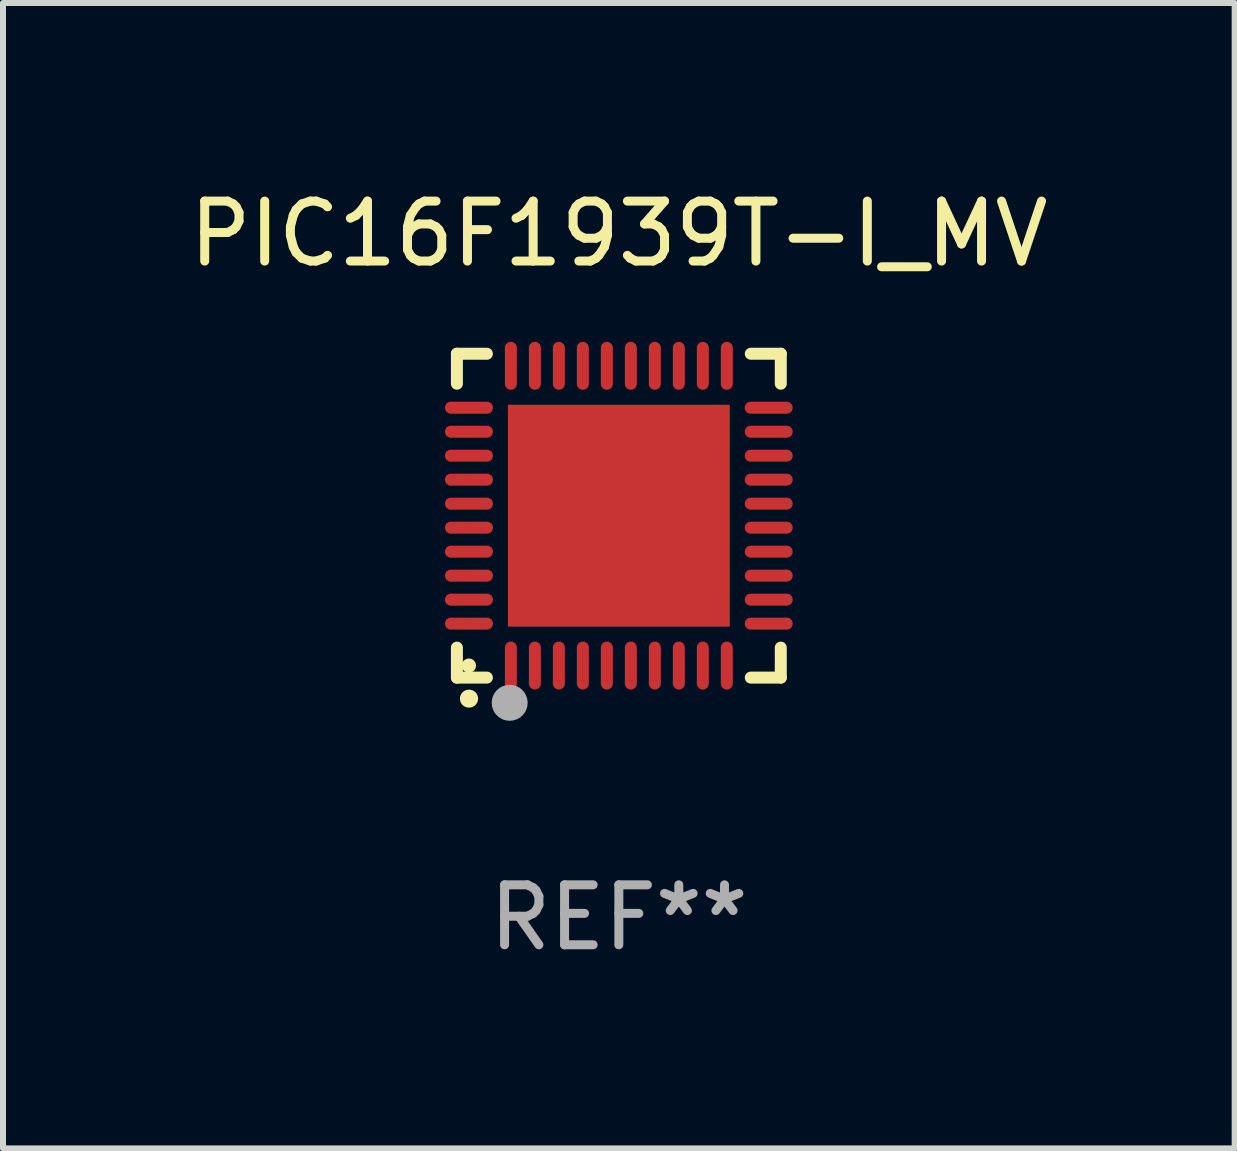
<source format=kicad_pcb>
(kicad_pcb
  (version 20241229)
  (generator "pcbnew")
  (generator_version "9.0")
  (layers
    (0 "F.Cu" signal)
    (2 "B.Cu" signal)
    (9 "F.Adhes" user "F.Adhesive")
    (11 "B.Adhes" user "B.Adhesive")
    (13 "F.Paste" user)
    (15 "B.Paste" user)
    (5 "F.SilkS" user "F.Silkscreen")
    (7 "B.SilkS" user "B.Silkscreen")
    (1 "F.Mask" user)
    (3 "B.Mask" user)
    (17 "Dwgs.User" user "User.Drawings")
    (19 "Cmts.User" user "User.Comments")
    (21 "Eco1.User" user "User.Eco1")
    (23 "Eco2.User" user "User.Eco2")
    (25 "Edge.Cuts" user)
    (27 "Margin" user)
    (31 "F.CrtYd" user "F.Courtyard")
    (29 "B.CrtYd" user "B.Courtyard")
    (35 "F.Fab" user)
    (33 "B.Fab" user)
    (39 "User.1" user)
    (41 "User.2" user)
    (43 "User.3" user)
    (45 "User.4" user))
  (footprint "PIC16F1939T-I_MV"
    (layer "F.Cu")
    (at 7.268 5.548)
    (property "Reference" "PIC16F1939T-I_MV" (at 0 -4.7 0) (layer "F.SilkS") (effects (font (size 1 1) (thickness 0.15))))
    (attr through_hole)
    (fp_line (start -2.7 -2.7) (end -2.7 -2.2) (stroke (width 0.2) (type solid)) (layer "F.SilkS"))
    (fp_line (start -2.7 2.7) (end -2.7 2.2) (stroke (width 0.2) (type solid)) (layer "F.SilkS"))
    (fp_line (start -2.2 -2.7) (end -2.7 -2.7) (stroke (width 0.2) (type solid)) (layer "F.SilkS"))
    (fp_line (start -2.2 2.7) (end -2.7 2.7) (stroke (width 0.2) (type solid)) (layer "F.SilkS"))
    (fp_line (start 2.7 -2.7) (end 2.2 -2.7) (stroke (width 0.2) (type solid)) (layer "F.SilkS"))
    (fp_line (start 2.7 -2.2) (end 2.7 -2.7) (stroke (width 0.2) (type solid)) (layer "F.SilkS"))
    (fp_line (start 2.7 2.2) (end 2.7 2.7) (stroke (width 0.2) (type solid)) (layer "F.SilkS"))
    (fp_line (start 2.7 2.7) (end 2.2 2.7) (stroke (width 0.2) (type solid)) (layer "F.SilkS"))
    (fp_arc (start -2.499365 3.050546) (mid -2.498095 3.050541) (end -2.496825 3.050546) (stroke (width 0.3) (type solid)) (layer "F.SilkS"))
    (fp_circle (center -2.5 2.5) (end -2.44 2.5) (stroke (width 0.12) (type solid)) (fill no) (layer "F.SilkS"))
    (fp_circle (center -1.82 3.12) (end -1.67 3.12) (stroke (width 0.3) (type solid)) (fill no) (layer "F.Fab"))
    (fp_text user "REF**" (at 0 6.7 0) (layer "F.Fab") (effects (font (size 1 1) (thickness 0.15))))
    (pad "1" smd oval (at -1.8 2.499) (size 0.2 0.8) (layers "F.Cu" "F.Mask" "F.Paste"))
    (pad "2" smd oval (at -1.4 2.499) (size 0.2 0.8) (layers "F.Cu" "F.Mask" "F.Paste"))
    (pad "3" smd oval (at -1 2.499) (size 0.2 0.8) (layers "F.Cu" "F.Mask" "F.Paste"))
    (pad "4" smd oval (at -0.6 2.499) (size 0.2 0.8) (layers "F.Cu" "F.Mask" "F.Paste"))
    (pad "5" smd oval (at -0.2 2.499) (size 0.2 0.8) (layers "F.Cu" "F.Mask" "F.Paste"))
    (pad "6" smd oval (at 0.2 2.499) (size 0.2 0.8) (layers "F.Cu" "F.Mask" "F.Paste"))
    (pad "7" smd oval (at 0.6 2.499) (size 0.2 0.8) (layers "F.Cu" "F.Mask" "F.Paste"))
    (pad "8" smd oval (at 1 2.499) (size 0.2 0.8) (layers "F.Cu" "F.Mask" "F.Paste"))
    (pad "9" smd oval (at 1.4 2.499) (size 0.2 0.8) (layers "F.Cu" "F.Mask" "F.Paste"))
    (pad "10" smd oval (at 1.8 2.499) (size 0.2 0.8) (layers "F.Cu" "F.Mask" "F.Paste"))
    (pad "11" smd oval (at 2.499 1.8) (size 0.8 0.2) (layers "F.Cu" "F.Mask" "F.Paste"))
    (pad "12" smd oval (at 2.499 1.4) (size 0.8 0.2) (layers "F.Cu" "F.Mask" "F.Paste"))
    (pad "13" smd oval (at 2.499 1) (size 0.8 0.2) (layers "F.Cu" "F.Mask" "F.Paste"))
    (pad "14" smd oval (at 2.499 0.6) (size 0.8 0.2) (layers "F.Cu" "F.Mask" "F.Paste"))
    (pad "15" smd oval (at 2.499 0.2) (size 0.8 0.2) (layers "F.Cu" "F.Mask" "F.Paste"))
    (pad "16" smd oval (at 2.499 -0.2) (size 0.8 0.2) (layers "F.Cu" "F.Mask" "F.Paste"))
    (pad "17" smd oval (at 2.499 -0.6) (size 0.8 0.2) (layers "F.Cu" "F.Mask" "F.Paste"))
    (pad "18" smd oval (at 2.499 -1) (size 0.8 0.2) (layers "F.Cu" "F.Mask" "F.Paste"))
    (pad "19" smd oval (at 2.499 -1.4) (size 0.8 0.2) (layers "F.Cu" "F.Mask" "F.Paste"))
    (pad "20" smd oval (at 2.499 -1.8) (size 0.8 0.2) (layers "F.Cu" "F.Mask" "F.Paste"))
    (pad "21" smd oval (at 1.8 -2.499) (size 0.2 0.8) (layers "F.Cu" "F.Mask" "F.Paste"))
    (pad "22" smd oval (at 1.4 -2.499) (size 0.2 0.8) (layers "F.Cu" "F.Mask" "F.Paste"))
    (pad "23" smd oval (at 1 -2.499) (size 0.2 0.8) (layers "F.Cu" "F.Mask" "F.Paste"))
    (pad "24" smd oval (at 0.6 -2.499) (size 0.2 0.8) (layers "F.Cu" "F.Mask" "F.Paste"))
    (pad "25" smd oval (at 0.2 -2.499) (size 0.2 0.8) (layers "F.Cu" "F.Mask" "F.Paste"))
    (pad "26" smd oval (at -0.2 -2.499) (size 0.2 0.8) (layers "F.Cu" "F.Mask" "F.Paste"))
    (pad "27" smd oval (at -0.6 -2.499) (size 0.2 0.8) (layers "F.Cu" "F.Mask" "F.Paste"))
    (pad "28" smd oval (at -1 -2.499) (size 0.2 0.8) (layers "F.Cu" "F.Mask" "F.Paste"))
    (pad "29" smd oval (at -1.4 -2.499) (size 0.2 0.8) (layers "F.Cu" "F.Mask" "F.Paste"))
    (pad "30" smd oval (at -1.8 -2.499) (size 0.2 0.8) (layers "F.Cu" "F.Mask" "F.Paste"))
    (pad "31" smd oval (at -2.499 -1.8) (size 0.8 0.2) (layers "F.Cu" "F.Mask" "F.Paste"))
    (pad "32" smd oval (at -2.499 -1.4) (size 0.8 0.2) (layers "F.Cu" "F.Mask" "F.Paste"))
    (pad "33" smd oval (at -2.499 -1) (size 0.8 0.2) (layers "F.Cu" "F.Mask" "F.Paste"))
    (pad "34" smd oval (at -2.499 -0.6) (size 0.8 0.2) (layers "F.Cu" "F.Mask" "F.Paste"))
    (pad "35" smd oval (at -2.499 -0.2) (size 0.8 0.2) (layers "F.Cu" "F.Mask" "F.Paste"))
    (pad "36" smd oval (at -2.499 0.2) (size 0.8 0.2) (layers "F.Cu" "F.Mask" "F.Paste"))
    (pad "37" smd oval (at -2.499 0.6) (size 0.8 0.2) (layers "F.Cu" "F.Mask" "F.Paste"))
    (pad "38" smd oval (at -2.499 1) (size 0.8 0.2) (layers "F.Cu" "F.Mask" "F.Paste"))
    (pad "39" smd oval (at -2.499 1.4) (size 0.8 0.2) (layers "F.Cu" "F.Mask" "F.Paste"))
    (pad "40" smd oval (at -2.499 1.8) (size 0.8 0.2) (layers "F.Cu" "F.Mask" "F.Paste"))
    (pad "41" smd rect (at 0 0) (size 3.7 3.7) (layers "F.Cu" "F.Mask" "F.Paste")))
  (gr_rect
    (start -3 -3)
    (end 17.536 16.097)
    (stroke (width 0.1) (type default))
    (fill no)
    (layer "Edge.Cuts")))
</source>
